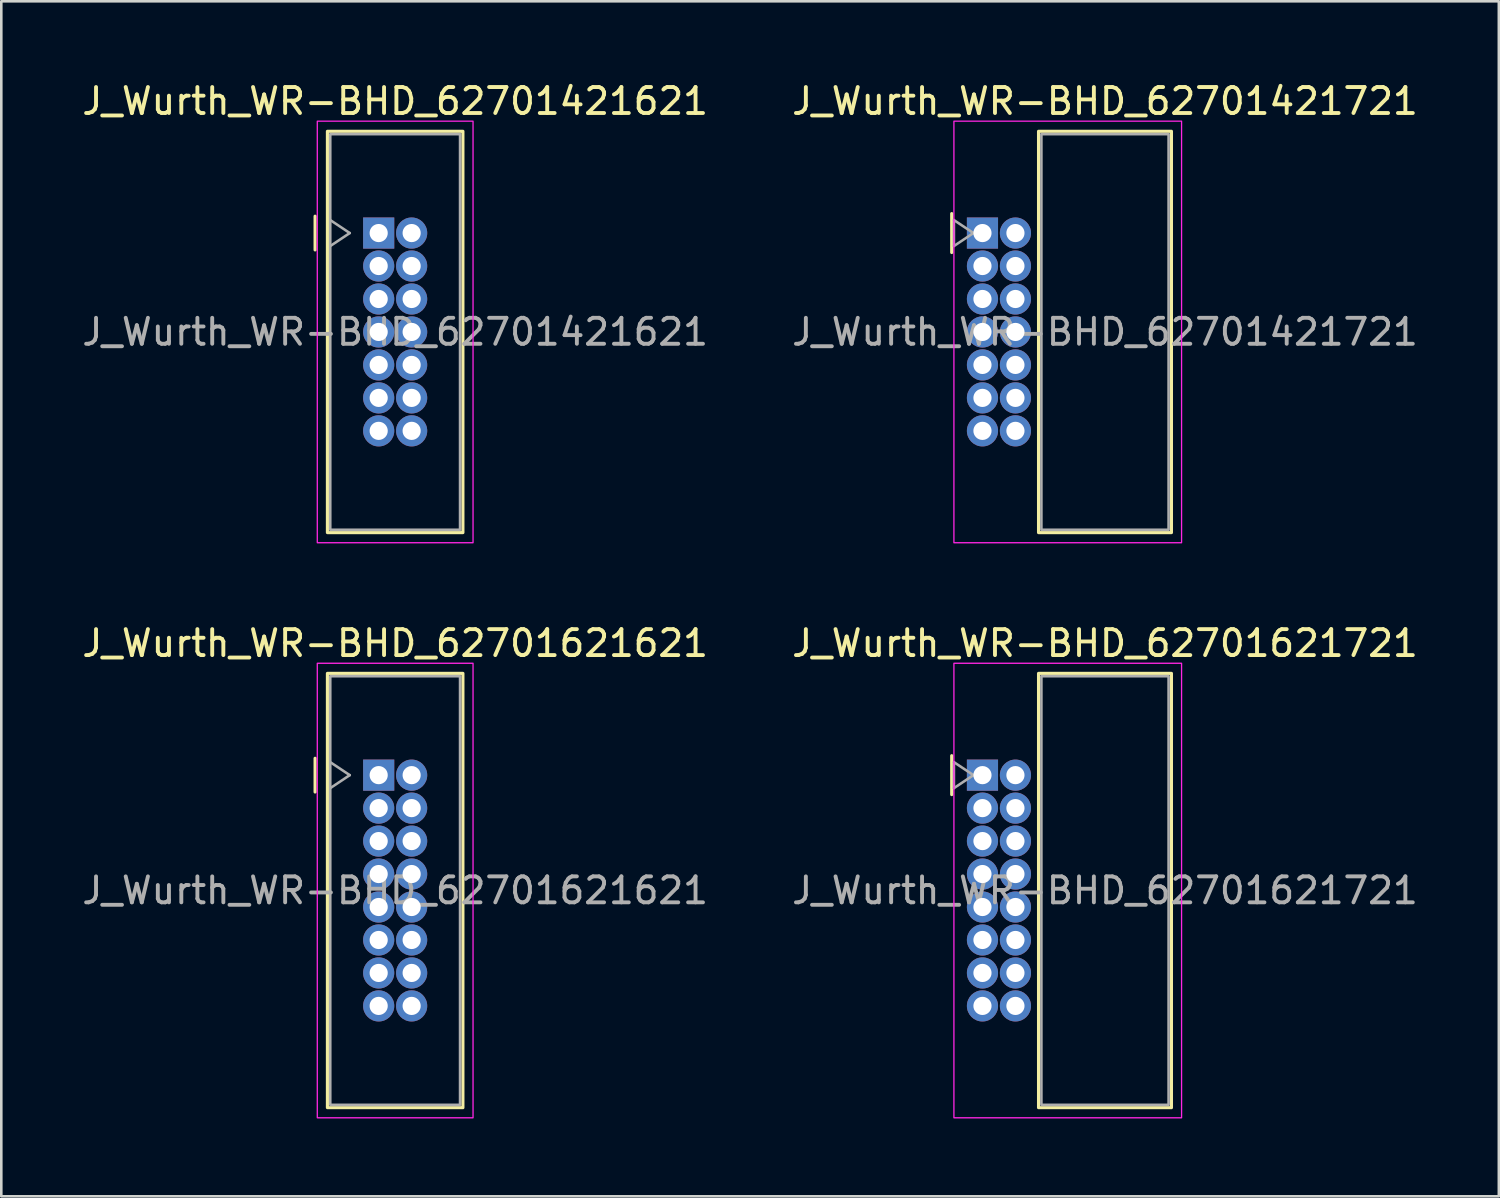
<source format=kicad_pcb>
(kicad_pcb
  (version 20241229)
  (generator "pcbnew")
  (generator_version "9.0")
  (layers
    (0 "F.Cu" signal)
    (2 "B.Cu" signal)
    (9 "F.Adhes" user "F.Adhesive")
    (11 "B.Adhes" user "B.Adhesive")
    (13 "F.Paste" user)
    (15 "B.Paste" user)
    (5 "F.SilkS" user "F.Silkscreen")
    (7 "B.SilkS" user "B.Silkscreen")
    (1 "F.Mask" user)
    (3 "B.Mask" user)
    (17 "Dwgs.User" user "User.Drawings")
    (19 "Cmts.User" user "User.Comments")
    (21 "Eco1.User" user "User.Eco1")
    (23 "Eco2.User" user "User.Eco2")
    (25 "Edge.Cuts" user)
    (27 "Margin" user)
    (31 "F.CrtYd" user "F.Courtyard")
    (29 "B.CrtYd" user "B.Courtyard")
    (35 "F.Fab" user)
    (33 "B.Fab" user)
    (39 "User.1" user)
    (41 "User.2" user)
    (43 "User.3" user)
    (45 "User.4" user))
  (footprint "J_Wurth_WR-BHD_62701421721"
    (layer "F.Cu")
    (at 34.798 5.928)
    (property "Reference" "J_Wurth_WR-BHD_62701421721" (at 4.72 -5.08 0) (unlocked yes) (layer "F.SilkS") (effects (font (size 1 1) (thickness 0.15))))
    (attr through_hole)
    (fp_line (start -1.185 -0.75) (end -1.185 0.75) (stroke (width 0.12) (type solid)) (layer "F.SilkS"))
    (fp_rect (start 2.16 -3.92) (end 7.28 11.54) (stroke (width 0.12) (type solid)) (fill no) (layer "F.SilkS"))
    (fp_rect (start -1.1 -4.31) (end 7.67 11.93) (stroke (width 0.05) (type solid)) (fill no) (layer "F.CrtYd"))
    (fp_line (start -1.1 0.5) (end -1.1 -0.5) (stroke (width 0.1) (type default)) (layer "F.Fab"))
    (fp_line (start -0.35 0) (end -1.1 -0.5) (stroke (width 0.1) (type solid)) (layer "F.Fab"))
    (fp_line (start -0.35 0) (end -1.1 0.5) (stroke (width 0.1) (type solid)) (layer "F.Fab"))
    (fp_rect (start 2.27 -3.81) (end 7.17 11.43) (stroke (width 0.1) (type solid)) (fill no) (layer "F.Fab"))
    (fp_text user "${REFERENCE}" (at 4.72 3.81 0) (unlocked yes) (layer "F.Fab") (effects (font (size 1 1) (thickness 0.15))))
    (pad "1" thru_hole rect (at 0 0 90) (size 1.2 1.2) (drill 0.7) (layers "*.Cu" "*.Mask"))
    (pad "2" thru_hole circle (at 1.27 0 90) (size 1.2 1.2) (drill 0.7) (layers "*.Cu" "*.Mask"))
    (pad "3" thru_hole circle (at 0 1.27 90) (size 1.2 1.2) (drill 0.7) (layers "*.Cu" "*.Mask"))
    (pad "4" thru_hole circle (at 1.27 1.27 90) (size 1.2 1.2) (drill 0.7) (layers "*.Cu" "*.Mask"))
    (pad "5" thru_hole circle (at 0 2.54 90) (size 1.2 1.2) (drill 0.7) (layers "*.Cu" "*.Mask"))
    (pad "6" thru_hole circle (at 1.27 2.54 90) (size 1.2 1.2) (drill 0.7) (layers "*.Cu" "*.Mask"))
    (pad "7" thru_hole circle (at 0 3.81 90) (size 1.2 1.2) (drill 0.7) (layers "*.Cu" "*.Mask"))
    (pad "8" thru_hole circle (at 1.27 3.81 90) (size 1.2 1.2) (drill 0.7) (layers "*.Cu" "*.Mask"))
    (pad "9" thru_hole circle (at 0 5.08 90) (size 1.2 1.2) (drill 0.7) (layers "*.Cu" "*.Mask"))
    (pad "10" thru_hole circle (at 1.27 5.08 90) (size 1.2 1.2) (drill 0.7) (layers "*.Cu" "*.Mask"))
    (pad "11" thru_hole circle (at 0 6.35 90) (size 1.2 1.2) (drill 0.7) (layers "*.Cu" "*.Mask"))
    (pad "12" thru_hole circle (at 1.27 6.35 90) (size 1.2 1.2) (drill 0.7) (layers "*.Cu" "*.Mask"))
    (pad "13" thru_hole circle (at 0 7.62 90) (size 1.2 1.2) (drill 0.7) (layers "*.Cu" "*.Mask"))
    (pad "14" thru_hole circle (at 1.27 7.62 90) (size 1.2 1.2) (drill 0.7) (layers "*.Cu" "*.Mask")))
  (footprint "J_Wurth_WR-BHD_62701621721"
    (layer "F.Cu")
    (at 34.798 26.811)
    (property "Reference" "J_Wurth_WR-BHD_62701621721" (at 4.72 -5.08 0) (unlocked yes) (layer "F.SilkS") (effects (font (size 1 1) (thickness 0.15))))
    (attr through_hole)
    (fp_line (start -1.185 -0.75) (end -1.185 0.75) (stroke (width 0.12) (type solid)) (layer "F.SilkS"))
    (fp_rect (start 2.16 -3.92) (end 7.28 12.81) (stroke (width 0.12) (type solid)) (fill no) (layer "F.SilkS"))
    (fp_rect (start -1.1 -4.31) (end 7.67 13.2) (stroke (width 0.05) (type solid)) (fill no) (layer "F.CrtYd"))
    (fp_line (start -1.1 0.5) (end -1.1 -0.5) (stroke (width 0.1) (type default)) (layer "F.Fab"))
    (fp_line (start -0.35 0) (end -1.1 -0.5) (stroke (width 0.1) (type solid)) (layer "F.Fab"))
    (fp_line (start -0.35 0) (end -1.1 0.5) (stroke (width 0.1) (type solid)) (layer "F.Fab"))
    (fp_rect (start 2.27 -3.81) (end 7.17 12.7) (stroke (width 0.1) (type solid)) (fill no) (layer "F.Fab"))
    (fp_text user "${REFERENCE}" (at 4.72 4.445 0) (unlocked yes) (layer "F.Fab") (effects (font (size 1 1) (thickness 0.15))))
    (pad "1" thru_hole rect (at 0 0 90) (size 1.2 1.2) (drill 0.7) (layers "*.Cu" "*.Mask"))
    (pad "2" thru_hole circle (at 1.27 0 90) (size 1.2 1.2) (drill 0.7) (layers "*.Cu" "*.Mask"))
    (pad "3" thru_hole circle (at 0 1.27 90) (size 1.2 1.2) (drill 0.7) (layers "*.Cu" "*.Mask"))
    (pad "4" thru_hole circle (at 1.27 1.27 90) (size 1.2 1.2) (drill 0.7) (layers "*.Cu" "*.Mask"))
    (pad "5" thru_hole circle (at 0 2.54 90) (size 1.2 1.2) (drill 0.7) (layers "*.Cu" "*.Mask"))
    (pad "6" thru_hole circle (at 1.27 2.54 90) (size 1.2 1.2) (drill 0.7) (layers "*.Cu" "*.Mask"))
    (pad "7" thru_hole circle (at 0 3.81 90) (size 1.2 1.2) (drill 0.7) (layers "*.Cu" "*.Mask"))
    (pad "8" thru_hole circle (at 1.27 3.81 90) (size 1.2 1.2) (drill 0.7) (layers "*.Cu" "*.Mask"))
    (pad "9" thru_hole circle (at 0 5.08 90) (size 1.2 1.2) (drill 0.7) (layers "*.Cu" "*.Mask"))
    (pad "10" thru_hole circle (at 1.27 5.08 90) (size 1.2 1.2) (drill 0.7) (layers "*.Cu" "*.Mask"))
    (pad "11" thru_hole circle (at 0 6.35 90) (size 1.2 1.2) (drill 0.7) (layers "*.Cu" "*.Mask"))
    (pad "12" thru_hole circle (at 1.27 6.35 90) (size 1.2 1.2) (drill 0.7) (layers "*.Cu" "*.Mask"))
    (pad "13" thru_hole circle (at 0 7.62 90) (size 1.2 1.2) (drill 0.7) (layers "*.Cu" "*.Mask"))
    (pad "14" thru_hole circle (at 1.27 7.62 90) (size 1.2 1.2) (drill 0.7) (layers "*.Cu" "*.Mask"))
    (pad "15" thru_hole circle (at 0 8.89 90) (size 1.2 1.2) (drill 0.7) (layers "*.Cu" "*.Mask"))
    (pad "16" thru_hole circle (at 1.27 8.89 90) (size 1.2 1.2) (drill 0.7) (layers "*.Cu" "*.Mask")))
  (footprint "J_Wurth_WR-BHD_62701621621"
    (layer "F.Cu")
    (at 11.538 26.811)
    (property "Reference" "J_Wurth_WR-BHD_62701621621" (at 0.635 -5.08 0) (unlocked yes) (layer "F.SilkS") (effects (font (size 1 1) (thickness 0.15))))
    (attr through_hole)
    (fp_line (start -2.45 -0.65) (end -2.45 0.65) (stroke (width 0.12) (type solid)) (layer "F.SilkS"))
    (fp_rect (start -1.975 -3.92) (end 3.245 12.81) (stroke (width 0.12) (type default)) (fill no) (layer "F.SilkS"))
    (fp_rect (start -2.365 -4.31) (end 3.635 13.2) (stroke (width 0.05) (type solid)) (fill no) (layer "F.CrtYd"))
    (fp_line (start -1.115 0) (end -1.865 -0.5) (stroke (width 0.1) (type solid)) (layer "F.Fab"))
    (fp_line (start -1.115 0) (end -1.865 0.5) (stroke (width 0.1) (type solid)) (layer "F.Fab"))
    (fp_rect (start -1.865 -3.81) (end 3.135 12.7) (stroke (width 0.1) (type solid)) (fill no) (layer "F.Fab"))
    (fp_text user "${REFERENCE}" (at 0.635 4.445 0) (unlocked yes) (layer "F.Fab") (effects (font (size 1 1) (thickness 0.15))))
    (pad "1" thru_hole rect (at 0 0 90) (size 1.2 1.2) (drill 0.7) (layers "*.Cu" "*.Mask"))
    (pad "2" thru_hole circle (at 1.27 0 90) (size 1.2 1.2) (drill 0.7) (layers "*.Cu" "*.Mask"))
    (pad "3" thru_hole circle (at 0 1.27 90) (size 1.2 1.2) (drill 0.7) (layers "*.Cu" "*.Mask"))
    (pad "4" thru_hole circle (at 1.27 1.27 90) (size 1.2 1.2) (drill 0.7) (layers "*.Cu" "*.Mask"))
    (pad "5" thru_hole circle (at 0 2.54 90) (size 1.2 1.2) (drill 0.7) (layers "*.Cu" "*.Mask"))
    (pad "6" thru_hole circle (at 1.27 2.54 90) (size 1.2 1.2) (drill 0.7) (layers "*.Cu" "*.Mask"))
    (pad "7" thru_hole circle (at 0 3.81 90) (size 1.2 1.2) (drill 0.7) (layers "*.Cu" "*.Mask"))
    (pad "8" thru_hole circle (at 1.27 3.81 90) (size 1.2 1.2) (drill 0.7) (layers "*.Cu" "*.Mask"))
    (pad "9" thru_hole circle (at 0 5.08 90) (size 1.2 1.2) (drill 0.7) (layers "*.Cu" "*.Mask"))
    (pad "10" thru_hole circle (at 1.27 5.08 90) (size 1.2 1.2) (drill 0.7) (layers "*.Cu" "*.Mask"))
    (pad "11" thru_hole circle (at 0 6.35 90) (size 1.2 1.2) (drill 0.7) (layers "*.Cu" "*.Mask"))
    (pad "12" thru_hole circle (at 1.27 6.35 90) (size 1.2 1.2) (drill 0.7) (layers "*.Cu" "*.Mask"))
    (pad "13" thru_hole circle (at 0 7.62 90) (size 1.2 1.2) (drill 0.7) (layers "*.Cu" "*.Mask"))
    (pad "14" thru_hole circle (at 1.27 7.62 90) (size 1.2 1.2) (drill 0.7) (layers "*.Cu" "*.Mask"))
    (pad "15" thru_hole circle (at 0 8.89 90) (size 1.2 1.2) (drill 0.7) (layers "*.Cu" "*.Mask"))
    (pad "16" thru_hole circle (at 1.27 8.89 90) (size 1.2 1.2) (drill 0.7) (layers "*.Cu" "*.Mask")))
  (footprint "J_Wurth_WR-BHD_62701421621"
    (layer "F.Cu")
    (at 11.538 5.928)
    (property "Reference" "J_Wurth_WR-BHD_62701421621" (at 0.635 -5.08 0) (unlocked yes) (layer "F.SilkS") (effects (font (size 1 1) (thickness 0.15))))
    (attr through_hole)
    (fp_line (start -2.45 -0.65) (end -2.45 0.65) (stroke (width 0.12) (type solid)) (layer "F.SilkS"))
    (fp_rect (start -1.975 -3.92) (end 3.245 11.54) (stroke (width 0.12) (type default)) (fill no) (layer "F.SilkS"))
    (fp_rect (start -2.365 -4.31) (end 3.635 11.93) (stroke (width 0.05) (type solid)) (fill no) (layer "F.CrtYd"))
    (fp_line (start -1.115 0) (end -1.865 -0.5) (stroke (width 0.1) (type solid)) (layer "F.Fab"))
    (fp_line (start -1.115 0) (end -1.865 0.5) (stroke (width 0.1) (type solid)) (layer "F.Fab"))
    (fp_rect (start -1.865 -3.81) (end 3.135 11.43) (stroke (width 0.1) (type solid)) (fill no) (layer "F.Fab"))
    (fp_text user "${REFERENCE}" (at 0.635 3.81 0) (unlocked yes) (layer "F.Fab") (effects (font (size 1 1) (thickness 0.15))))
    (pad "1" thru_hole rect (at 0 0 90) (size 1.2 1.2) (drill 0.7) (layers "*.Cu" "*.Mask"))
    (pad "2" thru_hole circle (at 1.27 0 90) (size 1.2 1.2) (drill 0.7) (layers "*.Cu" "*.Mask"))
    (pad "3" thru_hole circle (at 0 1.27 90) (size 1.2 1.2) (drill 0.7) (layers "*.Cu" "*.Mask"))
    (pad "4" thru_hole circle (at 1.27 1.27 90) (size 1.2 1.2) (drill 0.7) (layers "*.Cu" "*.Mask"))
    (pad "5" thru_hole circle (at 0 2.54 90) (size 1.2 1.2) (drill 0.7) (layers "*.Cu" "*.Mask"))
    (pad "6" thru_hole circle (at 1.27 2.54 90) (size 1.2 1.2) (drill 0.7) (layers "*.Cu" "*.Mask"))
    (pad "7" thru_hole circle (at 0 3.81 90) (size 1.2 1.2) (drill 0.7) (layers "*.Cu" "*.Mask"))
    (pad "8" thru_hole circle (at 1.27 3.81 90) (size 1.2 1.2) (drill 0.7) (layers "*.Cu" "*.Mask"))
    (pad "9" thru_hole circle (at 0 5.08 90) (size 1.2 1.2) (drill 0.7) (layers "*.Cu" "*.Mask"))
    (pad "10" thru_hole circle (at 1.27 5.08 90) (size 1.2 1.2) (drill 0.7) (layers "*.Cu" "*.Mask"))
    (pad "11" thru_hole circle (at 0 6.35 90) (size 1.2 1.2) (drill 0.7) (layers "*.Cu" "*.Mask"))
    (pad "12" thru_hole circle (at 1.27 6.35 90) (size 1.2 1.2) (drill 0.7) (layers "*.Cu" "*.Mask"))
    (pad "13" thru_hole circle (at 0 7.62 90) (size 1.2 1.2) (drill 0.7) (layers "*.Cu" "*.Mask"))
    (pad "14" thru_hole circle (at 1.27 7.62 90) (size 1.2 1.2) (drill 0.7) (layers "*.Cu" "*.Mask")))
  (gr_rect
    (start -3 -3)
    (end 54.69 43.036)
    (stroke (width 0.1) (type default))
    (fill no)
    (layer "Edge.Cuts")))
</source>
